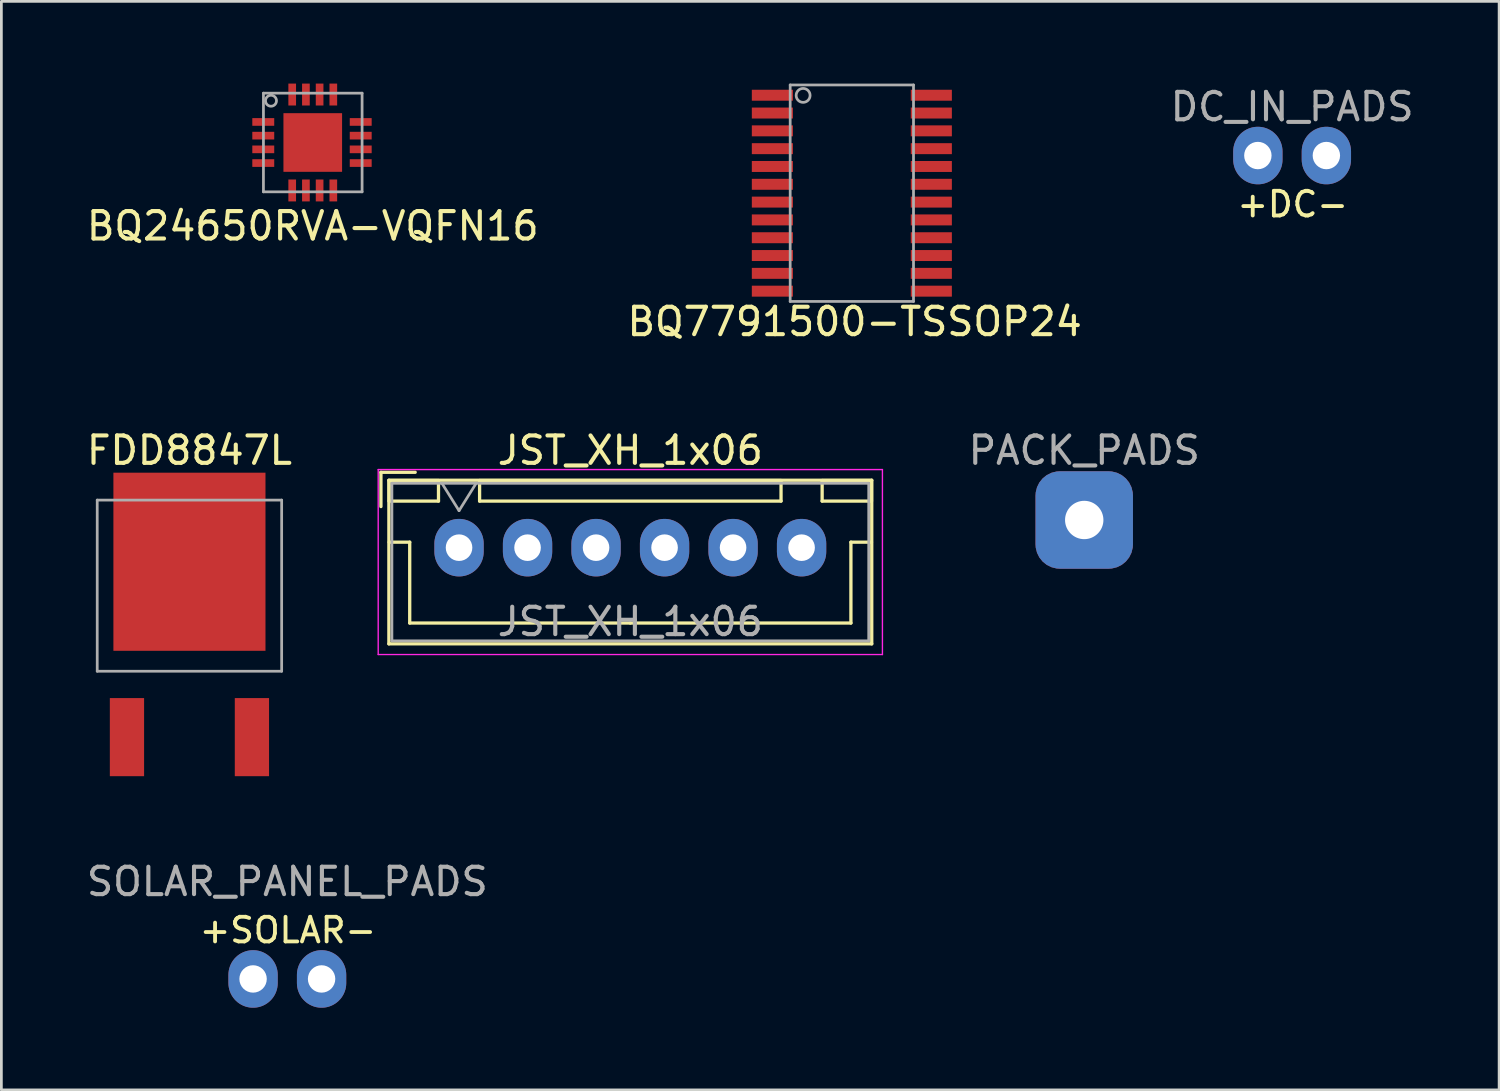
<source format=kicad_pcb>
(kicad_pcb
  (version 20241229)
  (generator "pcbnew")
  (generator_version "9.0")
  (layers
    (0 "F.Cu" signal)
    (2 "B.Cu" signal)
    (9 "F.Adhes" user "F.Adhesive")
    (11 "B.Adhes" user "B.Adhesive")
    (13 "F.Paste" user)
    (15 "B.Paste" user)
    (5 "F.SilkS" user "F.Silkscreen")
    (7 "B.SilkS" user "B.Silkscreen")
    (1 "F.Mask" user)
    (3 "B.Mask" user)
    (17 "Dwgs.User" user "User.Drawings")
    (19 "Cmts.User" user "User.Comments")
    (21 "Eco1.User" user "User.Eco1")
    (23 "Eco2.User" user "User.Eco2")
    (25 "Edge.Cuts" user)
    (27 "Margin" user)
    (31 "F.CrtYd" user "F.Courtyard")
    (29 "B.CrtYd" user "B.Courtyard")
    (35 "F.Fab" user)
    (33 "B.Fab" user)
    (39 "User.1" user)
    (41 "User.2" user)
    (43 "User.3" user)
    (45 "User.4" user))
  (footprint "SOLAR_PANEL_PADS"
    (layer "F.Cu")
    (at 6.185 32.673)
    (property "Reference" "SOLAR_PANEL_PADS" (at 1.25 -3.55 0) (layer "F.Fab") (effects (font (size 1 1) (thickness 0.15))))
    (attr through_hole)
    (fp_text user "+SOLAR-" (at 1.27 -1.778 180) (layer "F.SilkS") (effects (font (size 0.9 0.9) (thickness 0.14))))
    (pad "1" thru_hole oval (at 0 0) (size 1.8 2.1) (drill 1) (layers "*.Cu" "*.Mask"))
    (pad "2" thru_hole oval (at 2.5 0 180) (size 1.8 2.1) (drill 1) (layers "*.Cu" "*.Mask")))
  (footprint "BQ7791500-TSSOP24"
    (layer "F.Cu")
    (at 28.035 4)
    (property "Reference" "BQ7791500-TSSOP24" (at 0.102 4.689 0) (layer "F.SilkS") (effects (font (size 1 1) (thickness 0.15))))
    (attr through_hole)
    (fp_line (start -2.25 -3.95) (end -2.25 3.95) (stroke (width 0.1) (type solid)) (layer "F.Fab"))
    (fp_line (start -2.25 -3.95) (end 2.25 -3.95) (stroke (width 0.1) (type solid)) (layer "F.Fab"))
    (fp_line (start -2.25 3.95) (end 2.25 3.95) (stroke (width 0.1) (type solid)) (layer "F.Fab"))
    (fp_line (start 2.25 -3.95) (end 2.25 3.95) (stroke (width 0.1) (type solid)) (layer "F.Fab"))
    (fp_circle (center -1.778 -3.569) (end -1.524 -3.569) (stroke (width 0.1) (type solid)) (fill no) (layer "F.Fab"))
    (pad "1" smd rect (at -2.9 -3.575) (size 1.5 0.4) (layers "F.Cu" "F.Mask" "F.Paste"))
    (pad "2" smd rect (at -2.9 -2.925) (size 1.5 0.4) (layers "F.Cu" "F.Mask" "F.Paste"))
    (pad "3" smd rect (at -2.9 -2.275) (size 1.5 0.4) (layers "F.Cu" "F.Mask" "F.Paste"))
    (pad "4" smd rect (at -2.9 -1.625) (size 1.5 0.4) (layers "F.Cu" "F.Mask" "F.Paste"))
    (pad "5" smd rect (at -2.9 -0.975) (size 1.5 0.4) (layers "F.Cu" "F.Mask" "F.Paste"))
    (pad "6" smd rect (at -2.9 -0.325) (size 1.5 0.4) (layers "F.Cu" "F.Mask" "F.Paste"))
    (pad "7" smd rect (at -2.9 0.325) (size 1.5 0.4) (layers "F.Cu" "F.Mask" "F.Paste"))
    (pad "8" smd rect (at -2.9 0.975) (size 1.5 0.4) (layers "F.Cu" "F.Mask" "F.Paste"))
    (pad "9" smd rect (at -2.9 1.625) (size 1.5 0.4) (layers "F.Cu" "F.Mask" "F.Paste"))
    (pad "10" smd rect (at -2.9 2.275) (size 1.5 0.4) (layers "F.Cu" "F.Mask" "F.Paste"))
    (pad "11" smd rect (at -2.9 2.925) (size 1.5 0.4) (layers "F.Cu" "F.Mask" "F.Paste"))
    (pad "12" smd rect (at -2.9 3.575) (size 1.5 0.4) (layers "F.Cu" "F.Mask" "F.Paste"))
    (pad "13" smd rect (at 2.9 3.575) (size 1.5 0.4) (layers "F.Cu" "F.Mask" "F.Paste"))
    (pad "14" smd rect (at 2.9 2.925) (size 1.5 0.4) (layers "F.Cu" "F.Mask" "F.Paste"))
    (pad "15" smd rect (at 2.9 2.275) (size 1.5 0.4) (layers "F.Cu" "F.Mask" "F.Paste"))
    (pad "16" smd rect (at 2.9 1.625) (size 1.5 0.4) (layers "F.Cu" "F.Mask" "F.Paste"))
    (pad "17" smd rect (at 2.9 0.975) (size 1.5 0.4) (layers "F.Cu" "F.Mask" "F.Paste"))
    (pad "18" smd rect (at 2.9 0.325) (size 1.5 0.4) (layers "F.Cu" "F.Mask" "F.Paste"))
    (pad "19" smd rect (at 2.9 -0.325) (size 1.5 0.4) (layers "F.Cu" "F.Mask" "F.Paste"))
    (pad "20" smd rect (at 2.9 -0.975) (size 1.5 0.4) (layers "F.Cu" "F.Mask" "F.Paste"))
    (pad "21" smd rect (at 2.9 -1.625) (size 1.5 0.4) (layers "F.Cu" "F.Mask" "F.Paste"))
    (pad "22" smd rect (at 2.9 -2.275) (size 1.5 0.4) (layers "F.Cu" "F.Mask" "F.Paste"))
    (pad "23" smd rect (at 2.9 -2.925) (size 1.5 0.4) (layers "F.Cu" "F.Mask" "F.Paste"))
    (pad "24" smd rect (at 2.9 -3.575) (size 1.5 0.4) (layers "F.Cu" "F.Mask" "F.Paste")))
  (footprint "DC_IN_PADS"
    (layer "F.Cu")
    (at 42.851 2.626)
    (property "Reference" "DC_IN_PADS" (at 1.25 -1.778 0) (layer "F.Fab") (effects (font (size 1 1) (thickness 0.15))))
    (attr through_hole)
    (fp_text user "+DC-" (at 1.27 1.778 0) (layer "F.SilkS") (effects (font (size 0.9 0.9) (thickness 0.14))))
    (pad "1" thru_hole oval (at 0 0) (size 1.8 2.1) (drill 1) (layers "*.Cu" "*.Mask"))
    (pad "2" thru_hole oval (at 2.5 0) (size 1.8 2.1) (drill 1) (layers "*.Cu" "*.Mask")))
  (footprint "JST_XH_1x06"
    (layer "F.Cu")
    (at 13.701 16.935)
    (property "Reference" "JST_XH_1x06" (at 6.25 -3.55 0) (layer "F.SilkS") (effects (font (size 1 1) (thickness 0.15))))
    (attr through_hole)
    (fp_line (start -2.85 -2.75) (end -2.85 -1.5) (stroke (width 0.12) (type solid)) (layer "F.SilkS"))
    (fp_line (start -2.56 -2.46) (end -2.56 3.51) (stroke (width 0.12) (type solid)) (layer "F.SilkS"))
    (fp_line (start -2.56 3.51) (end 15.06 3.51) (stroke (width 0.12) (type solid)) (layer "F.SilkS"))
    (fp_line (start -2.55 -2.45) (end -2.55 -1.7) (stroke (width 0.12) (type solid)) (layer "F.SilkS"))
    (fp_line (start -2.55 -1.7) (end -0.75 -1.7) (stroke (width 0.12) (type solid)) (layer "F.SilkS"))
    (fp_line (start -2.55 -0.2) (end -1.8 -0.2) (stroke (width 0.12) (type solid)) (layer "F.SilkS"))
    (fp_line (start -1.8 -0.2) (end -1.8 2.75) (stroke (width 0.12) (type solid)) (layer "F.SilkS"))
    (fp_line (start -1.8 2.75) (end 6.25 2.75) (stroke (width 0.12) (type solid)) (layer "F.SilkS"))
    (fp_line (start -1.6 -2.75) (end -2.85 -2.75) (stroke (width 0.12) (type solid)) (layer "F.SilkS"))
    (fp_line (start -0.75 -2.45) (end -2.55 -2.45) (stroke (width 0.12) (type solid)) (layer "F.SilkS"))
    (fp_line (start -0.75 -1.7) (end -0.75 -2.45) (stroke (width 0.12) (type solid)) (layer "F.SilkS"))
    (fp_line (start 0.75 -2.45) (end 0.75 -1.7) (stroke (width 0.12) (type solid)) (layer "F.SilkS"))
    (fp_line (start 0.75 -1.7) (end 11.75 -1.7) (stroke (width 0.12) (type solid)) (layer "F.SilkS"))
    (fp_line (start 11.75 -2.45) (end 0.75 -2.45) (stroke (width 0.12) (type solid)) (layer "F.SilkS"))
    (fp_line (start 11.75 -1.7) (end 11.75 -2.45) (stroke (width 0.12) (type solid)) (layer "F.SilkS"))
    (fp_line (start 13.25 -2.45) (end 13.25 -1.7) (stroke (width 0.12) (type solid)) (layer "F.SilkS"))
    (fp_line (start 13.25 -1.7) (end 15.05 -1.7) (stroke (width 0.12) (type solid)) (layer "F.SilkS"))
    (fp_line (start 14.3 -0.2) (end 14.3 2.75) (stroke (width 0.12) (type solid)) (layer "F.SilkS"))
    (fp_line (start 14.3 2.75) (end 6.25 2.75) (stroke (width 0.12) (type solid)) (layer "F.SilkS"))
    (fp_line (start 15.05 -2.45) (end 13.25 -2.45) (stroke (width 0.12) (type solid)) (layer "F.SilkS"))
    (fp_line (start 15.05 -1.7) (end 15.05 -2.45) (stroke (width 0.12) (type solid)) (layer "F.SilkS"))
    (fp_line (start 15.05 -0.2) (end 14.3 -0.2) (stroke (width 0.12) (type solid)) (layer "F.SilkS"))
    (fp_line (start 15.06 -2.46) (end -2.56 -2.46) (stroke (width 0.12) (type solid)) (layer "F.SilkS"))
    (fp_line (start 15.06 3.51) (end 15.06 -2.46) (stroke (width 0.12) (type solid)) (layer "F.SilkS"))
    (fp_line (start -2.95 -2.85) (end -2.95 3.9) (stroke (width 0.05) (type solid)) (layer "F.CrtYd"))
    (fp_line (start -2.95 3.9) (end 15.45 3.9) (stroke (width 0.05) (type solid)) (layer "F.CrtYd"))
    (fp_line (start 15.45 -2.85) (end -2.95 -2.85) (stroke (width 0.05) (type solid)) (layer "F.CrtYd"))
    (fp_line (start 15.45 3.9) (end 15.45 -2.85) (stroke (width 0.05) (type solid)) (layer "F.CrtYd"))
    (fp_line (start -2.45 -2.35) (end -2.45 3.4) (stroke (width 0.1) (type solid)) (layer "F.Fab"))
    (fp_line (start -2.45 3.4) (end 14.95 3.4) (stroke (width 0.1) (type solid)) (layer "F.Fab"))
    (fp_line (start -0.625 -2.35) (end 0 -1.35) (stroke (width 0.1) (type solid)) (layer "F.Fab"))
    (fp_line (start 0 -1.35) (end 0.625 -2.35) (stroke (width 0.1) (type solid)) (layer "F.Fab"))
    (fp_line (start 14.95 -2.35) (end -2.45 -2.35) (stroke (width 0.1) (type solid)) (layer "F.Fab"))
    (fp_line (start 14.95 3.4) (end 14.95 -2.35) (stroke (width 0.1) (type solid)) (layer "F.Fab"))
    (fp_text user "${REFERENCE}" (at 6.25 2.7 0) (layer "F.Fab") (effects (font (size 1 1) (thickness 0.15))))
    (pad "1" thru_hole oval (at 0 0) (size 1.8 2.1) (drill 0.97) (layers "*.Cu" "*.Mask"))
    (pad "2" thru_hole oval (at 2.5 0) (size 1.8 2.1) (drill 0.97) (layers "*.Cu" "*.Mask"))
    (pad "3" thru_hole oval (at 5 0) (size 1.8 2.1) (drill 0.97) (layers "*.Cu" "*.Mask"))
    (pad "4" thru_hole oval (at 7.5 0) (size 1.8 2.1) (drill 0.97) (layers "*.Cu" "*.Mask"))
    (pad "5" thru_hole oval (at 10 0) (size 1.8 2.1) (drill 0.97) (layers "*.Cu" "*.Mask"))
    (pad "6" thru_hole oval (at 12.5 0) (size 1.8 2.1) (drill 0.97) (layers "*.Cu" "*.Mask")))
  (footprint "PACK_PADS"
    (layer "F.Cu")
    (at 36.515 15.925)
    (property "Reference" "PACK_PADS" (at 0 -2.54 0) (layer "F.Fab") (effects (font (size 1 1) (thickness 0.15))))
    (attr through_hole)
    (pad "1" thru_hole roundrect (at 0 0) (size 3.556 3.556) (drill 1.4) (layers "*.Cu" "*.Mask") (roundrect_rratio 0.25)))
  (footprint "FDD8847L"
    (layer "F.Cu")
    (at 3.863 17.449)
    (property "Reference" "FDD8847L" (at 0 -4.064 0) (layer "F.SilkS") (effects (font (size 1 1) (thickness 0.15))))
    (attr through_hole)
    (fp_line (start -3.365 -2.25) (end -3.365 3.995) (stroke (width 0.1) (type solid)) (layer "F.Fab"))
    (fp_line (start -3.365 -2.25) (end 3.365 -2.25) (stroke (width 0.1) (type solid)) (layer "F.Fab"))
    (fp_line (start -3.365 3.995) (end 3.365 3.995) (stroke (width 0.1) (type solid)) (layer "F.Fab"))
    (fp_line (start 3.365 -2.25) (end 3.365 3.995) (stroke (width 0.1) (type solid)) (layer "F.Fab"))
    (pad "1" smd rect (at -2.28 6.4) (size 1.25 2.85) (layers "F.Cu" "F.Mask" "F.Paste"))
    (pad "2" smd rect (at 0 0) (size 5.55 6.5) (layers "F.Cu" "F.Mask" "F.Paste"))
    (pad "3" smd rect (at 2.28 6.4) (size 1.25 2.85) (layers "F.Cu" "F.Mask" "F.Paste")))
  (footprint "BQ24650RVA-VQFN16"
    (layer "F.Cu")
    (at 8.363 2.15)
    (property "Reference" "BQ24650RVA-VQFN16" (at 0 3.048 0) (layer "F.SilkS") (effects (font (size 1 1) (thickness 0.15))))
    (attr through_hole)
    (fp_line (start -1.8 -1.8) (end -1.8 1.8) (stroke (width 0.1) (type solid)) (layer "F.Fab"))
    (fp_line (start -1.8 -1.8) (end 1.8 -1.8) (stroke (width 0.1) (type solid)) (layer "F.Fab"))
    (fp_line (start -1.8 1.8) (end 1.8 1.8) (stroke (width 0.1) (type solid)) (layer "F.Fab"))
    (fp_line (start 1.8 -1.8) (end 1.8 1.8) (stroke (width 0.1) (type solid)) (layer "F.Fab"))
    (fp_circle (center -1.524 -1.524) (end -1.324 -1.524) (stroke (width 0.1) (type solid)) (fill no) (layer "F.Fab"))
    (pad "1" smd rect (at -1.806 -0.75 90) (size 0.28 0.8) (layers "F.Cu" "F.Mask" "F.Paste"))
    (pad "2" smd rect (at -1.806 -0.25 90) (size 0.28 0.8) (layers "F.Cu" "F.Mask" "F.Paste"))
    (pad "3" smd rect (at -1.806 0.25 90) (size 0.28 0.8) (layers "F.Cu" "F.Mask" "F.Paste"))
    (pad "4" smd rect (at -1.806 0.75 90) (size 0.28 0.8) (layers "F.Cu" "F.Mask" "F.Paste"))
    (pad "5" smd rect (at -0.75 1.75) (size 0.28 0.8) (layers "F.Cu" "F.Mask" "F.Paste"))
    (pad "6" smd rect (at -0.25 1.75) (size 0.28 0.8) (layers "F.Cu" "F.Mask" "F.Paste"))
    (pad "7" smd rect (at 0.25 1.75) (size 0.28 0.8) (layers "F.Cu" "F.Mask" "F.Paste"))
    (pad "8" smd rect (at 0.75 1.75) (size 0.28 0.8) (layers "F.Cu" "F.Mask" "F.Paste"))
    (pad "9" smd rect (at 1.75 0.75 90) (size 0.28 0.8) (layers "F.Cu" "F.Mask" "F.Paste"))
    (pad "10" smd rect (at 1.75 0.25 90) (size 0.28 0.8) (layers "F.Cu" "F.Mask" "F.Paste"))
    (pad "11" smd rect (at 1.75 -0.25 90) (size 0.28 0.8) (layers "F.Cu" "F.Mask" "F.Paste"))
    (pad "12" smd rect (at 1.75 -0.75 90) (size 0.28 0.8) (layers "F.Cu" "F.Mask" "F.Paste"))
    (pad "13" smd rect (at 0.75 -1.75) (size 0.28 0.8) (layers "F.Cu" "F.Mask" "F.Paste"))
    (pad "14" smd rect (at 0.25 -1.75) (size 0.28 0.8) (layers "F.Cu" "F.Mask" "F.Paste"))
    (pad "15" smd rect (at -0.25 -1.75) (size 0.28 0.8) (layers "F.Cu" "F.Mask" "F.Paste"))
    (pad "16" smd rect (at -0.75 -1.75) (size 0.28 0.8) (layers "F.Cu" "F.Mask" "F.Paste"))
    (pad "THERMAL PAD" smd rect (at 0 0) (size 2.14 2.14) (layers "F.Cu" "F.Mask" "F.Paste")))
  (gr_rect
    (start -3 -3)
    (end 51.655 36.723)
    (stroke (width 0.1) (type default))
    (fill no)
    (layer "Edge.Cuts")))
</source>
